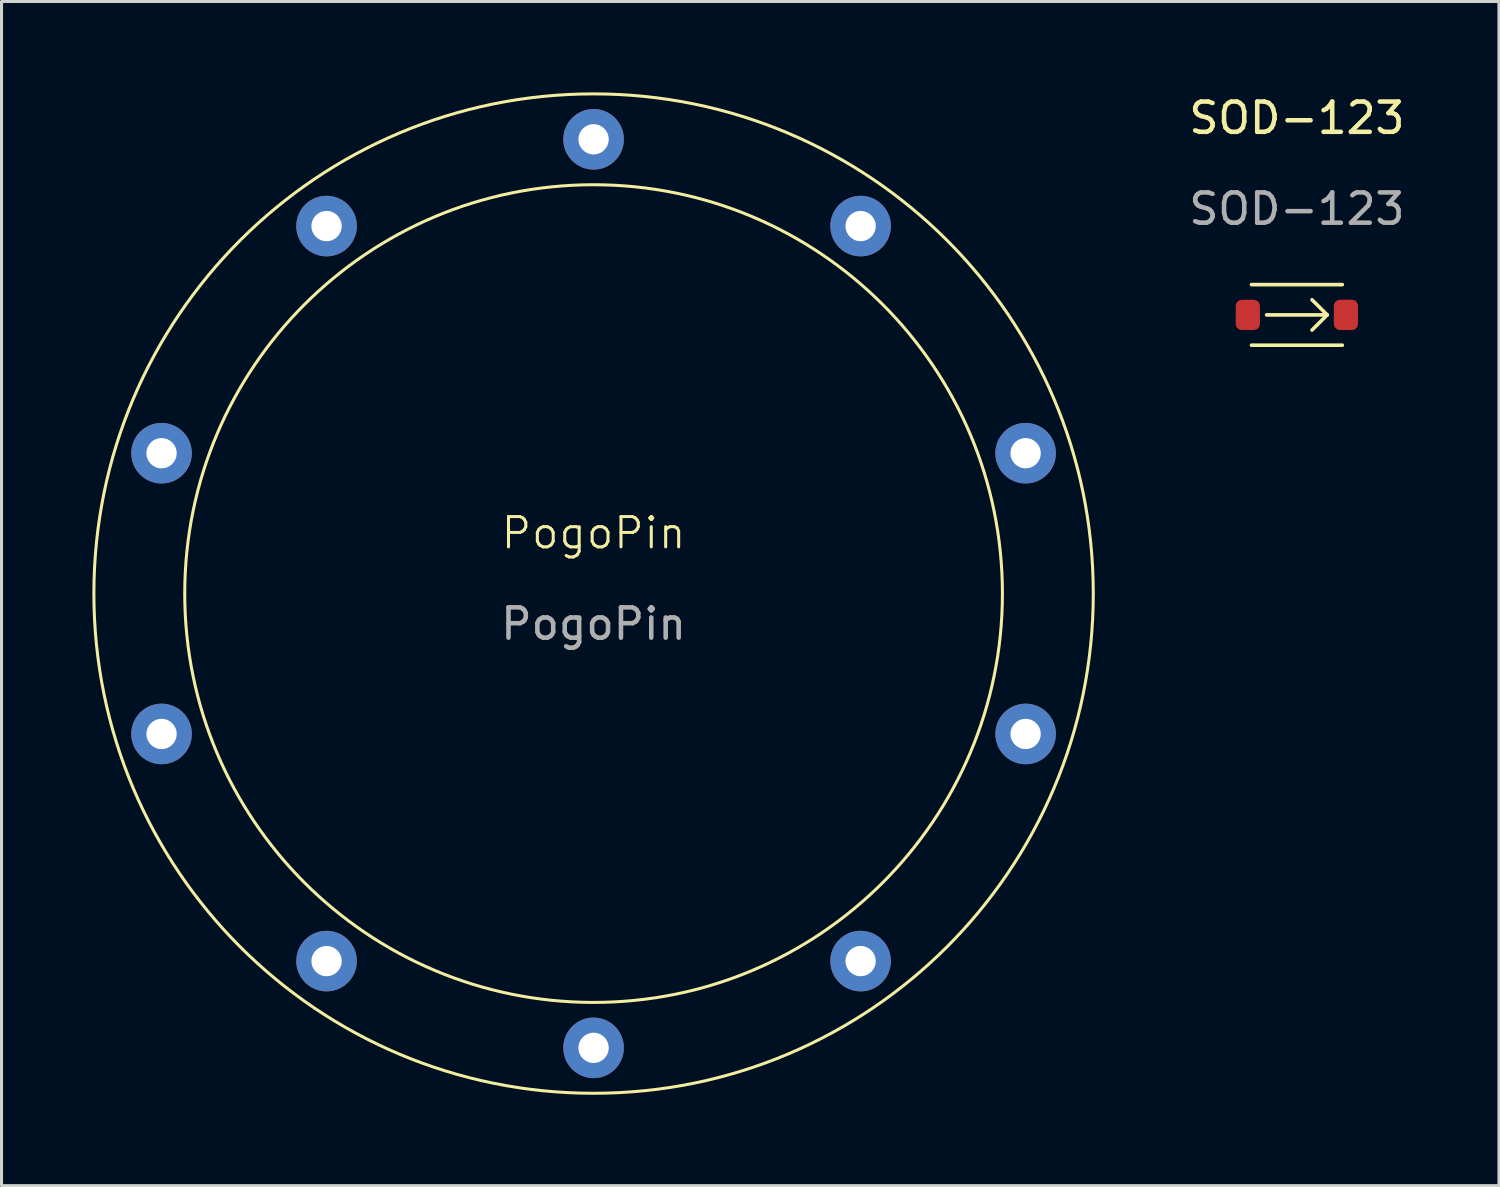
<source format=kicad_pcb>
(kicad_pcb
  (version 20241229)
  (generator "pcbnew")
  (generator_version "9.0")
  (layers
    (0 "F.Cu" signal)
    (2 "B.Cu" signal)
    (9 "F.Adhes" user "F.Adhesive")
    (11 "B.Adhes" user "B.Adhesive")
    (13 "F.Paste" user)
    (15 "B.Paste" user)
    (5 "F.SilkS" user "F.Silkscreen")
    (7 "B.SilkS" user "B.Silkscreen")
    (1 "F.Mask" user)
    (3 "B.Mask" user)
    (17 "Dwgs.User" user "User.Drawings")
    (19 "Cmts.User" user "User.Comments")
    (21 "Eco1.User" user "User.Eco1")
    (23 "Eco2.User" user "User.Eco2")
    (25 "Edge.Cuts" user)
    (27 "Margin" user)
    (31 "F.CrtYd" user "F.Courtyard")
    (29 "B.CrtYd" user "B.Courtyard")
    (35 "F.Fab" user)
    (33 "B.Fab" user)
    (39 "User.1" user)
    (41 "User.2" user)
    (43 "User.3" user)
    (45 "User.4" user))
  (footprint "SOD-123"
    (layer "F.Cu")
    (at 39.773 7.348)
    (property "Reference" "SOD-123" (at 0 -6.5 0) (unlocked yes) (layer "F.SilkS") (effects (font (size 1 1) (thickness 0.15))))
    (attr smd)
    (fp_line (start -1.5 -1) (end 1.5 -1) (stroke (width 0.12) (type solid)) (layer "F.SilkS"))
    (fp_line (start -1 0) (end 1 0) (stroke (width 0.12) (type solid)) (layer "F.SilkS"))
    (fp_line (start 1 0) (end 0.5 -0.5) (stroke (width 0.12) (type solid)) (layer "F.SilkS"))
    (fp_line (start 1 0) (end 0.5 0.5) (stroke (width 0.12) (type solid)) (layer "F.SilkS"))
    (fp_line (start 1.5 1) (end -1.5 1) (stroke (width 0.12) (type solid)) (layer "F.SilkS"))
    (fp_text user "${REFERENCE}" (at 0 -3.5 0) (unlocked yes) (layer "F.Fab") (effects (font (size 1 1) (thickness 0.15))))
    (pad "1" smd roundrect (at -1.62 0) (size 0.8 1) (layers "F.Cu" "F.Mask" "F.Paste") (roundrect_rratio 0.25))
    (pad "2" smd roundrect (at 1.62 0) (size 0.8 1) (layers "F.Cu" "F.Mask" "F.Paste") (roundrect_rratio 0.25)))
  (footprint "PogoPin"
    (layer "F.Cu")
    (at 16.55 16.55)
    (property "Reference" "PogoPin" (at 0 -2 0) (unlocked yes) (layer "F.SilkS") (effects (font (size 1 1) (thickness 0.1))))
    (attr through_hole)
    (fp_circle (center 0 0) (end 13.5 0) (stroke (width 0.1) (type default)) (fill no) (layer "F.SilkS"))
    (fp_circle (center 0 0) (end 16.5 0) (stroke (width 0.1) (type default)) (fill no) (layer "F.SilkS"))
    (fp_text user "${REFERENCE}" (at 0 1 0) (unlocked yes) (layer "F.Fab") (effects (font (size 1 1) (thickness 0.15))))
    (pad "1" thru_hole circle (at 0 15) (size 2 2) (drill 1) (layers "*.Cu" "*.Mask"))
    (pad "2" thru_hole circle (at -8.817 12.135) (size 2 2) (drill 1) (layers "*.Cu" "*.Mask"))
    (pad "3" thru_hole circle (at -14.266 4.635) (size 2 2) (drill 1) (layers "*.Cu" "*.Mask"))
    (pad "4" thru_hole circle (at -14.266 -4.635) (size 2 2) (drill 1) (layers "*.Cu" "*.Mask"))
    (pad "5" thru_hole circle (at -8.817 -12.135) (size 2 2) (drill 1) (layers "*.Cu" "*.Mask"))
    (pad "6" thru_hole circle (at 0 -15) (size 2 2) (drill 1) (layers "*.Cu" "*.Mask"))
    (pad "7" thru_hole circle (at 8.817 -12.135) (size 2 2) (drill 1) (layers "*.Cu" "*.Mask"))
    (pad "8" thru_hole circle (at 14.266 -4.635) (size 2 2) (drill 1) (layers "*.Cu" "*.Mask"))
    (pad "9" thru_hole circle (at 14.266 4.635) (size 2 2) (drill 1) (layers "*.Cu" "*.Mask"))
    (pad "10" thru_hole circle (at 8.817 12.135) (size 2 2) (drill 1) (layers "*.Cu" "*.Mask")))
  (gr_rect
    (start -3 -3)
    (end 46.445 36.1)
    (stroke (width 0.1) (type default))
    (fill no)
    (layer "Edge.Cuts")))
</source>
